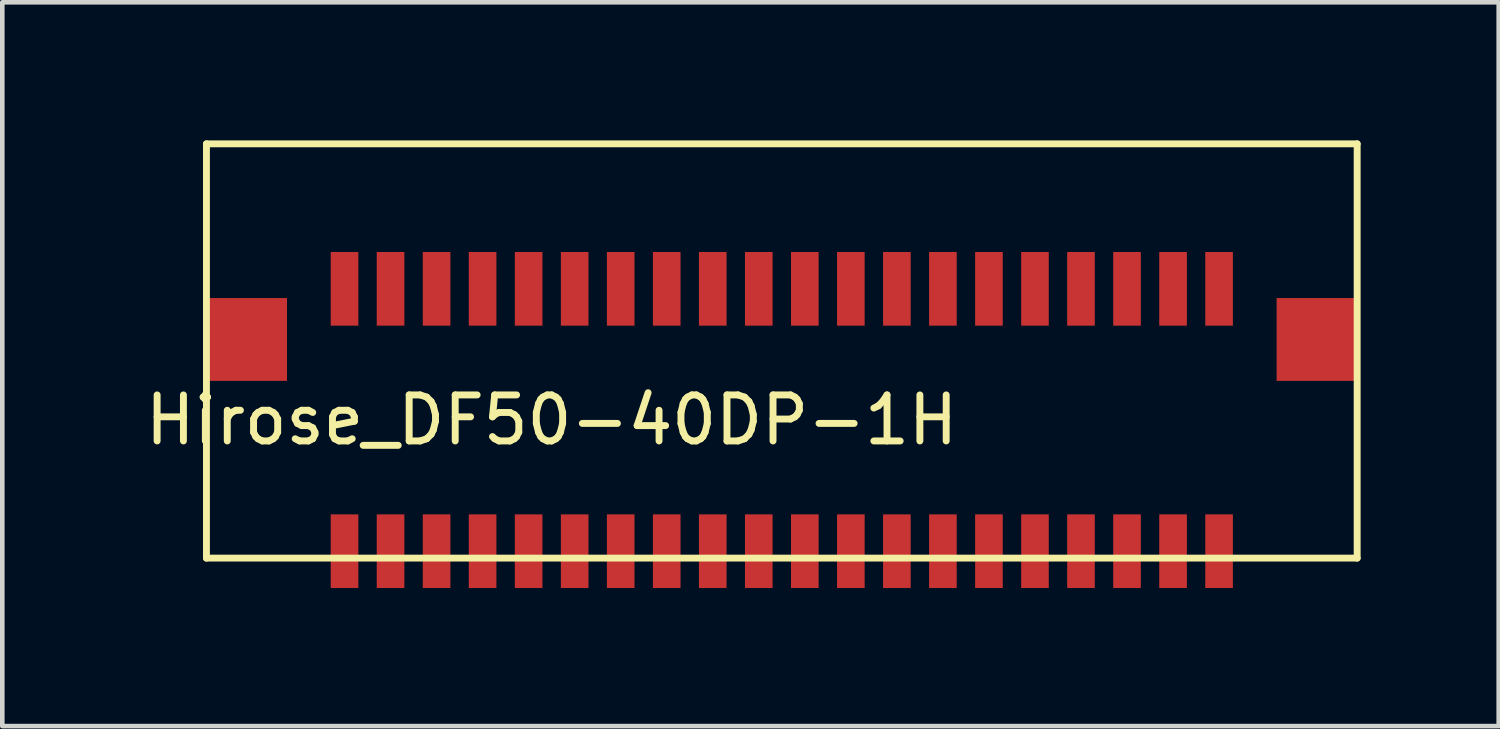
<source format=kicad_pcb>
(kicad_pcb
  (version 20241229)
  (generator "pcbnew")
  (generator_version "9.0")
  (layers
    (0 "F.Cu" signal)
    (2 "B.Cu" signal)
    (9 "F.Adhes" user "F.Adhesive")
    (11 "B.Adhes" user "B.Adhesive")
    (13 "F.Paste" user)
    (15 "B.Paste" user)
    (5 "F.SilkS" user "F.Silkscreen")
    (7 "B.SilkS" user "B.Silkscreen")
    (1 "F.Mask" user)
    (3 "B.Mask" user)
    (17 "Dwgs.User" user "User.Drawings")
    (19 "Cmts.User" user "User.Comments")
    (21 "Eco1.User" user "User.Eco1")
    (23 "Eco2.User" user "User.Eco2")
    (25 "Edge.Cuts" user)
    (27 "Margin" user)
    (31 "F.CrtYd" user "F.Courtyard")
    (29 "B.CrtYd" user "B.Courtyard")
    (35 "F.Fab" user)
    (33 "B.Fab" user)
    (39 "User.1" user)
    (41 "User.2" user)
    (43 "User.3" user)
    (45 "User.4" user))
  (footprint "Hirose_DF50-40DP-1H"
    (layer "F.Cu")
    (at 13.935 6.075)
    (property "Reference" "Hirose_DF50-40DP-1H" (at -5 0 0) (layer "F.SilkS") (effects (font (size 1 1) (thickness 0.15))))
    (attr smd)
    (fp_line (start -12.5 -6) (end 12.5 -6) (stroke (width 0.15) (type solid)) (layer "F.SilkS"))
    (fp_line (start -12.5 3) (end -12.5 -6) (stroke (width 0.15) (type solid)) (layer "F.SilkS"))
    (fp_line (start 12.5 -6) (end 12.5 3) (stroke (width 0.15) (type solid)) (layer "F.SilkS"))
    (fp_line (start 12.5 3) (end -12.5 3) (stroke (width 0.15) (type solid)) (layer "F.SilkS"))
    (pad "1" smd rect (at -9.5 2.85) (size 0.6 1.6) (layers "F.Cu" "F.Mask" "F.Paste"))
    (pad "2" smd rect (at -9.5 -2.85) (size 0.6 1.6) (layers "F.Cu" "F.Mask" "F.Paste"))
    (pad "3" smd rect (at -8.5 2.85) (size 0.6 1.6) (layers "F.Cu" "F.Mask" "F.Paste"))
    (pad "4" smd rect (at -8.5 -2.85) (size 0.6 1.6) (layers "F.Cu" "F.Mask" "F.Paste"))
    (pad "5" smd rect (at -7.5 2.85) (size 0.6 1.6) (layers "F.Cu" "F.Mask" "F.Paste"))
    (pad "6" smd rect (at -7.5 -2.85) (size 0.6 1.6) (layers "F.Cu" "F.Mask" "F.Paste"))
    (pad "7" smd rect (at -6.5 2.85) (size 0.6 1.6) (layers "F.Cu" "F.Mask" "F.Paste"))
    (pad "8" smd rect (at -6.5 -2.85) (size 0.6 1.6) (layers "F.Cu" "F.Mask" "F.Paste"))
    (pad "9" smd rect (at -5.5 2.85) (size 0.6 1.6) (layers "F.Cu" "F.Mask" "F.Paste"))
    (pad "10" smd rect (at -5.5 -2.85) (size 0.6 1.6) (layers "F.Cu" "F.Mask" "F.Paste"))
    (pad "11" smd rect (at -4.5 2.85) (size 0.6 1.6) (layers "F.Cu" "F.Mask" "F.Paste"))
    (pad "12" smd rect (at -4.5 -2.85) (size 0.6 1.6) (layers "F.Cu" "F.Mask" "F.Paste"))
    (pad "13" smd rect (at -3.5 2.85) (size 0.6 1.6) (layers "F.Cu" "F.Mask" "F.Paste"))
    (pad "14" smd rect (at -3.5 -2.85) (size 0.6 1.6) (layers "F.Cu" "F.Mask" "F.Paste"))
    (pad "15" smd rect (at -2.5 2.85) (size 0.6 1.6) (layers "F.Cu" "F.Mask" "F.Paste"))
    (pad "16" smd rect (at -2.5 -2.85) (size 0.6 1.6) (layers "F.Cu" "F.Mask" "F.Paste"))
    (pad "17" smd rect (at -1.5 2.85) (size 0.6 1.6) (layers "F.Cu" "F.Mask" "F.Paste"))
    (pad "18" smd rect (at -1.5 -2.85) (size 0.6 1.6) (layers "F.Cu" "F.Mask" "F.Paste"))
    (pad "19" smd rect (at -0.5 2.85) (size 0.6 1.6) (layers "F.Cu" "F.Mask" "F.Paste"))
    (pad "20" smd rect (at -0.5 -2.85) (size 0.6 1.6) (layers "F.Cu" "F.Mask" "F.Paste"))
    (pad "21" smd rect (at 0.5 2.85) (size 0.6 1.6) (layers "F.Cu" "F.Mask" "F.Paste"))
    (pad "22" smd rect (at 0.5 -2.85) (size 0.6 1.6) (layers "F.Cu" "F.Mask" "F.Paste"))
    (pad "23" smd rect (at 1.5 2.85) (size 0.6 1.6) (layers "F.Cu" "F.Mask" "F.Paste"))
    (pad "24" smd rect (at 1.5 -2.85) (size 0.6 1.6) (layers "F.Cu" "F.Mask" "F.Paste"))
    (pad "25" smd rect (at 2.5 2.85) (size 0.6 1.6) (layers "F.Cu" "F.Mask" "F.Paste"))
    (pad "26" smd rect (at 2.5 -2.85) (size 0.6 1.6) (layers "F.Cu" "F.Mask" "F.Paste"))
    (pad "27" smd rect (at 3.5 2.85) (size 0.6 1.6) (layers "F.Cu" "F.Mask" "F.Paste"))
    (pad "28" smd rect (at 3.5 -2.85) (size 0.6 1.6) (layers "F.Cu" "F.Mask" "F.Paste"))
    (pad "29" smd rect (at 4.5 2.85) (size 0.6 1.6) (layers "F.Cu" "F.Mask" "F.Paste"))
    (pad "30" smd rect (at 4.5 -2.85) (size 0.6 1.6) (layers "F.Cu" "F.Mask" "F.Paste"))
    (pad "31" smd rect (at 5.5 2.85) (size 0.6 1.6) (layers "F.Cu" "F.Mask" "F.Paste"))
    (pad "32" smd rect (at 5.5 -2.85) (size 0.6 1.6) (layers "F.Cu" "F.Mask" "F.Paste"))
    (pad "33" smd rect (at 6.5 2.85) (size 0.6 1.6) (layers "F.Cu" "F.Mask" "F.Paste"))
    (pad "34" smd rect (at 6.5 -2.85) (size 0.6 1.6) (layers "F.Cu" "F.Mask" "F.Paste"))
    (pad "35" smd rect (at 7.5 2.85) (size 0.6 1.6) (layers "F.Cu" "F.Mask" "F.Paste"))
    (pad "36" smd rect (at 7.5 -2.85) (size 0.6 1.6) (layers "F.Cu" "F.Mask" "F.Paste"))
    (pad "37" smd rect (at 8.5 2.85) (size 0.6 1.6) (layers "F.Cu" "F.Mask" "F.Paste"))
    (pad "38" smd rect (at 8.5 -2.85) (size 0.6 1.6) (layers "F.Cu" "F.Mask" "F.Paste"))
    (pad "39" smd rect (at 9.5 2.85) (size 0.6 1.6) (layers "F.Cu" "F.Mask" "F.Paste"))
    (pad "40" smd rect (at 9.5 -2.85) (size 0.6 1.6) (layers "F.Cu" "F.Mask" "F.Paste"))
    (pad "41" smd rect (at -11.625 -1.75) (size 1.75 1.8) (layers "F.Cu" "F.Mask" "F.Paste"))
    (pad "41" smd rect (at 11.625 -1.75) (size 1.75 1.8) (layers "F.Cu" "F.Mask" "F.Paste")))
  (gr_rect
    (start -3 -3)
    (end 29.51 12.725)
    (stroke (width 0.1) (type default))
    (fill no)
    (layer "Edge.Cuts")))
</source>
